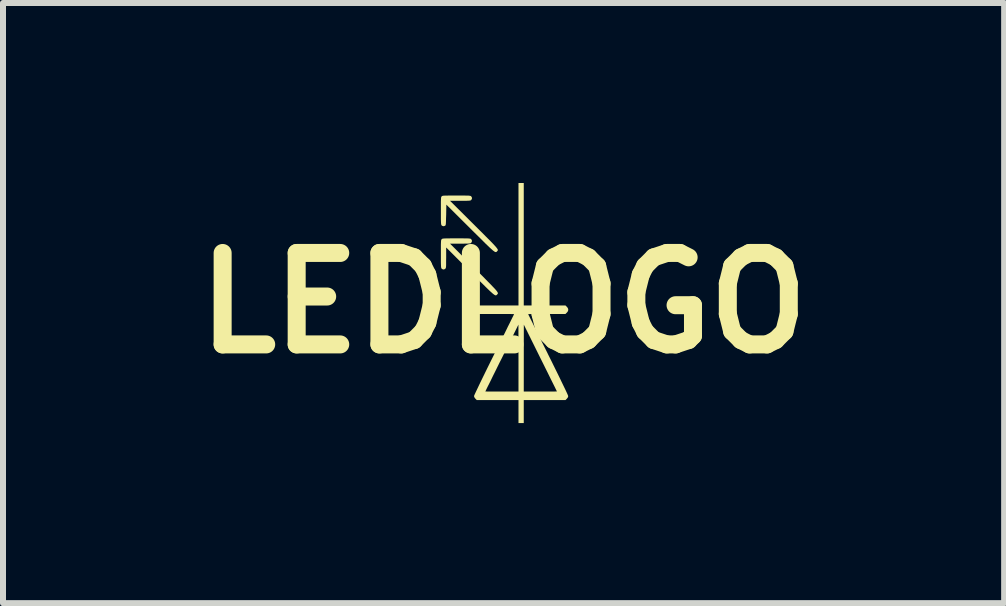
<source format=kicad_pcb>
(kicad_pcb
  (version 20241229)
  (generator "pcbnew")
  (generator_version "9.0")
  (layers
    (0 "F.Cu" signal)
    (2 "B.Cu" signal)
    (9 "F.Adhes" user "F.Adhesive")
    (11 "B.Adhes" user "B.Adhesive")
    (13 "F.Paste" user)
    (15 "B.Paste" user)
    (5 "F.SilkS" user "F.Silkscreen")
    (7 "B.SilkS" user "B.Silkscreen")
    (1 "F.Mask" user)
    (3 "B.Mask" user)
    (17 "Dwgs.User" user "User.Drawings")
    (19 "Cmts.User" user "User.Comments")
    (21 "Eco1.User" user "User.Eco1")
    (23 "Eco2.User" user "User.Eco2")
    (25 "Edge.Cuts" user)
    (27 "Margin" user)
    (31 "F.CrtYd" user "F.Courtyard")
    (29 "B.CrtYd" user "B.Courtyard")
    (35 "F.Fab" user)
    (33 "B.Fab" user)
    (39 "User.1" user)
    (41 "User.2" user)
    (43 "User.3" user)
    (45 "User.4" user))
  (footprint "LEDLOGO"
    (layer "F.Cu")
    (at 5.341 2)
    (property "Reference" "LEDLOGO" (at 0 0 0) (layer "F.SilkS") (effects (font (size 1.524 1.524) (thickness 0.3))))
    (attr board_only exclude_from_pos_files exclude_from_bom)
    (fp_poly (pts (xy -0.723 -1.792) (xy -0.672 -1.792) (xy -0.633 -1.791) (xy -0.603 -1.791) (xy -0.581 -1.79) (xy -0.565 -1.788) (xy -0.554 -1.786) (xy -0.547 -1.784) (xy -0.542 -1.781) (xy -0.539 -1.778) (xy -0.529 -1.762) (xy -0.525 -1.748) (xy -0.53 -1.73) (xy -0.539 -1.718) (xy -0.544 -1.713) (xy -0.55 -1.71) (xy -0.559 -1.708) (xy -0.573 -1.706) (xy -0.594 -1.705) (xy -0.623 -1.704) (xy -0.661 -1.704) (xy -0.711 -1.704) (xy -0.722 -1.704) (xy -0.892 -1.704) (xy -0.493 -1.307) (xy -0.421 -1.235) (xy -0.357 -1.172) (xy -0.302 -1.116) (xy -0.255 -1.069) (xy -0.215 -1.029) (xy -0.182 -0.995) (xy -0.155 -0.966) (xy -0.134 -0.943) (xy -0.118 -0.924) (xy -0.107 -0.909) (xy -0.099 -0.898) (xy -0.096 -0.888) (xy -0.095 -0.881) (xy -0.097 -0.875) (xy -0.1 -0.87) (xy -0.105 -0.865) (xy -0.108 -0.862) (xy -0.113 -0.857) (xy -0.118 -0.852) (xy -0.124 -0.85) (xy -0.131 -0.849) (xy -0.139 -0.851) (xy -0.149 -0.856) (xy -0.163 -0.866) (xy -0.18 -0.879) (xy -0.201 -0.898) (xy -0.227 -0.921) (xy -0.258 -0.951) (xy -0.296 -0.987) (xy -0.34 -1.031) (xy -0.391 -1.082) (xy -0.451 -1.141) (xy -0.519 -1.208) (xy -0.555 -1.244) (xy -0.953 -1.64) (xy -0.956 -1.469) (xy -0.958 -1.417) (xy -0.959 -1.376) (xy -0.96 -1.346) (xy -0.961 -1.324) (xy -0.963 -1.309) (xy -0.965 -1.299) (xy -0.969 -1.293) (xy -0.973 -1.29) (xy -0.973 -1.289) (xy -0.995 -1.28) (xy -1.017 -1.284) (xy -1.031 -1.293) (xy -1.034 -1.297) (xy -1.037 -1.303) (xy -1.039 -1.311) (xy -1.041 -1.323) (xy -1.042 -1.34) (xy -1.043 -1.364) (xy -1.044 -1.397) (xy -1.044 -1.439) (xy -1.044 -1.492) (xy -1.044 -1.536) (xy -1.044 -1.597) (xy -1.044 -1.647) (xy -1.044 -1.686) (xy -1.043 -1.716) (xy -1.042 -1.738) (xy -1.041 -1.753) (xy -1.039 -1.764) (xy -1.036 -1.771) (xy -1.033 -1.775) (xy -1.031 -1.778) (xy -1.026 -1.782) (xy -1.021 -1.785) (xy -1.013 -1.787) (xy -1.001 -1.789) (xy -0.984 -1.79) (xy -0.96 -1.791) (xy -0.928 -1.791) (xy -0.886 -1.792) (xy -0.833 -1.792) (xy -0.785 -1.792)) (stroke (width 0) (type solid)) (fill yes) (layer "F.SilkS"))
    (fp_poly (pts (xy -0.723 -1.078) (xy -0.672 -1.078) (xy -0.633 -1.077) (xy -0.603 -1.077) (xy -0.581 -1.076) (xy -0.565 -1.074) (xy -0.554 -1.073) (xy -0.547 -1.07) (xy -0.542 -1.067) (xy -0.539 -1.064) (xy -0.527 -1.044) (xy -0.528 -1.022) (xy -0.539 -1.004) (xy -0.544 -0.999) (xy -0.55 -0.996) (xy -0.559 -0.994) (xy -0.573 -0.992) (xy -0.594 -0.991) (xy -0.622 -0.991) (xy -0.661 -0.99) (xy -0.71 -0.99) (xy -0.722 -0.99) (xy -0.892 -0.99) (xy -0.493 -0.591) (xy -0.421 -0.518) (xy -0.357 -0.455) (xy -0.302 -0.399) (xy -0.255 -0.351) (xy -0.215 -0.311) (xy -0.182 -0.276) (xy -0.155 -0.248) (xy -0.133 -0.224) (xy -0.117 -0.205) (xy -0.106 -0.19) (xy -0.099 -0.178) (xy -0.095 -0.169) (xy -0.094 -0.161) (xy -0.096 -0.155) (xy -0.1 -0.15) (xy -0.104 -0.145) (xy -0.108 -0.141) (xy -0.113 -0.136) (xy -0.119 -0.131) (xy -0.124 -0.129) (xy -0.131 -0.128) (xy -0.139 -0.13) (xy -0.149 -0.135) (xy -0.162 -0.144) (xy -0.179 -0.157) (xy -0.2 -0.176) (xy -0.226 -0.199) (xy -0.257 -0.229) (xy -0.294 -0.265) (xy -0.337 -0.308) (xy -0.388 -0.358) (xy -0.447 -0.417) (xy -0.515 -0.484) (xy -0.557 -0.527) (xy -0.956 -0.926) (xy -0.956 -0.756) (xy -0.957 -0.704) (xy -0.957 -0.663) (xy -0.957 -0.633) (xy -0.958 -0.611) (xy -0.96 -0.595) (xy -0.962 -0.585) (xy -0.965 -0.578) (xy -0.969 -0.574) (xy -0.97 -0.573) (xy -0.986 -0.562) (xy -1 -0.559) (xy -1.018 -0.564) (xy -1.031 -0.573) (xy -1.034 -0.577) (xy -1.037 -0.582) (xy -1.039 -0.59) (xy -1.041 -0.602) (xy -1.042 -0.619) (xy -1.043 -0.643) (xy -1.044 -0.675) (xy -1.044 -0.717) (xy -1.044 -0.77) (xy -1.044 -0.818) (xy -1.044 -0.881) (xy -1.044 -0.931) (xy -1.044 -0.97) (xy -1.043 -1) (xy -1.042 -1.023) (xy -1.041 -1.038) (xy -1.039 -1.049) (xy -1.036 -1.056) (xy -1.033 -1.061) (xy -1.031 -1.064) (xy -1.026 -1.068) (xy -1.021 -1.071) (xy -1.013 -1.073) (xy -1.001 -1.075) (xy -0.984 -1.076) (xy -0.96 -1.077) (xy -0.928 -1.077) (xy -0.886 -1.078) (xy -0.833 -1.078) (xy -0.785 -1.078)) (stroke (width 0) (type solid)) (fill yes) (layer "F.SilkS"))
    (fp_poly (pts (xy 0.337 0.04) (xy 1.032 0.04) (xy 1.055 0.063) (xy 1.07 0.082) (xy 1.077 0.1) (xy 1.078 0.111) (xy 1.075 0.131) (xy 1.065 0.148) (xy 1.055 0.159) (xy 1.032 0.182) (xy 0.721 0.182) (xy 0.658 0.182) (xy 0.599 0.182) (xy 0.546 0.182) (xy 0.5 0.183) (xy 0.462 0.183) (xy 0.433 0.184) (xy 0.416 0.184) (xy 0.411 0.185) (xy 0.414 0.191) (xy 0.422 0.209) (xy 0.436 0.237) (xy 0.455 0.275) (xy 0.478 0.321) (xy 0.505 0.376) (xy 0.536 0.439) (xy 0.57 0.508) (xy 0.607 0.583) (xy 0.647 0.664) (xy 0.689 0.748) (xy 0.733 0.836) (xy 0.744 0.859) (xy 0.801 0.973) (xy 0.852 1.077) (xy 0.899 1.172) (xy 0.94 1.256) (xy 0.976 1.331) (xy 1.007 1.395) (xy 1.033 1.449) (xy 1.053 1.492) (xy 1.067 1.523) (xy 1.075 1.543) (xy 1.078 1.551) (xy 1.072 1.572) (xy 1.055 1.594) (xy 1.032 1.617) (xy 0.337 1.617) (xy 0.337 2) (xy 0.249 2) (xy 0.249 1.617) (xy -0.446 1.617) (xy -0.469 1.594) (xy -0.486 1.571) (xy -0.492 1.551) (xy -0.489 1.541) (xy -0.48 1.52) (xy -0.465 1.488) (xy -0.458 1.473) (xy -0.303 1.473) (xy -0.297 1.473) (xy -0.278 1.474) (xy -0.249 1.474) (xy -0.21 1.474) (xy -0.164 1.475) (xy -0.111 1.475) (xy -0.054 1.475) (xy -0.027 1.475) (xy 0.249 1.475) (xy 0.337 1.475) (xy 0.613 1.475) (xy 0.672 1.475) (xy 0.728 1.475) (xy 0.777 1.475) (xy 0.819 1.474) (xy 0.852 1.474) (xy 0.876 1.473) (xy 0.888 1.473) (xy 0.889 1.473) (xy 0.886 1.466) (xy 0.878 1.449) (xy 0.864 1.421) (xy 0.846 1.384) (xy 0.823 1.338) (xy 0.796 1.284) (xy 0.766 1.223) (xy 0.733 1.156) (xy 0.697 1.084) (xy 0.659 1.007) (xy 0.619 0.927) (xy 0.613 0.915) (xy 0.338 0.36) (xy 0.337 1.475) (xy 0.249 1.475) (xy 0.249 0.918) (xy 0.248 0.36) (xy -0.027 0.915) (xy -0.068 0.996) (xy -0.106 1.073) (xy -0.142 1.146) (xy -0.176 1.214) (xy -0.206 1.276) (xy -0.233 1.331) (xy -0.257 1.378) (xy -0.276 1.416) (xy -0.29 1.446) (xy -0.299 1.465) (xy -0.303 1.472) (xy -0.303 1.473) (xy -0.458 1.473) (xy -0.444 1.444) (xy -0.418 1.389) (xy -0.387 1.324) (xy -0.35 1.248) (xy -0.308 1.162) (xy -0.261 1.066) (xy -0.209 0.961) (xy -0.158 0.859) (xy -0.114 0.77) (xy -0.072 0.685) (xy -0.031 0.603) (xy 0.007 0.527) (xy 0.042 0.456) (xy 0.073 0.392) (xy 0.102 0.335) (xy 0.126 0.286) (xy 0.146 0.245) (xy 0.161 0.215) (xy 0.171 0.194) (xy 0.175 0.185) (xy 0.175 0.185) (xy 0.169 0.184) (xy 0.15 0.184) (xy 0.12 0.183) (xy 0.082 0.183) (xy 0.034 0.182) (xy -0.02 0.182) (xy -0.079 0.182) (xy -0.135 0.182) (xy -0.446 0.182) (xy -0.469 0.159) (xy -0.487 0.134) (xy -0.493 0.108) (xy -0.484 0.083) (xy -0.469 0.063) (xy -0.446 0.04) (xy 0.249 0.04) (xy 0.249 -2) (xy 0.337 -2)) (stroke (width 0) (type solid)) (fill yes) (layer "F.SilkS")))
  (gr_rect
    (start -3 -3)
    (end 13.683 7.001)
    (stroke (width 0.1) (type default))
    (fill no)
    (layer "Edge.Cuts")))
</source>
